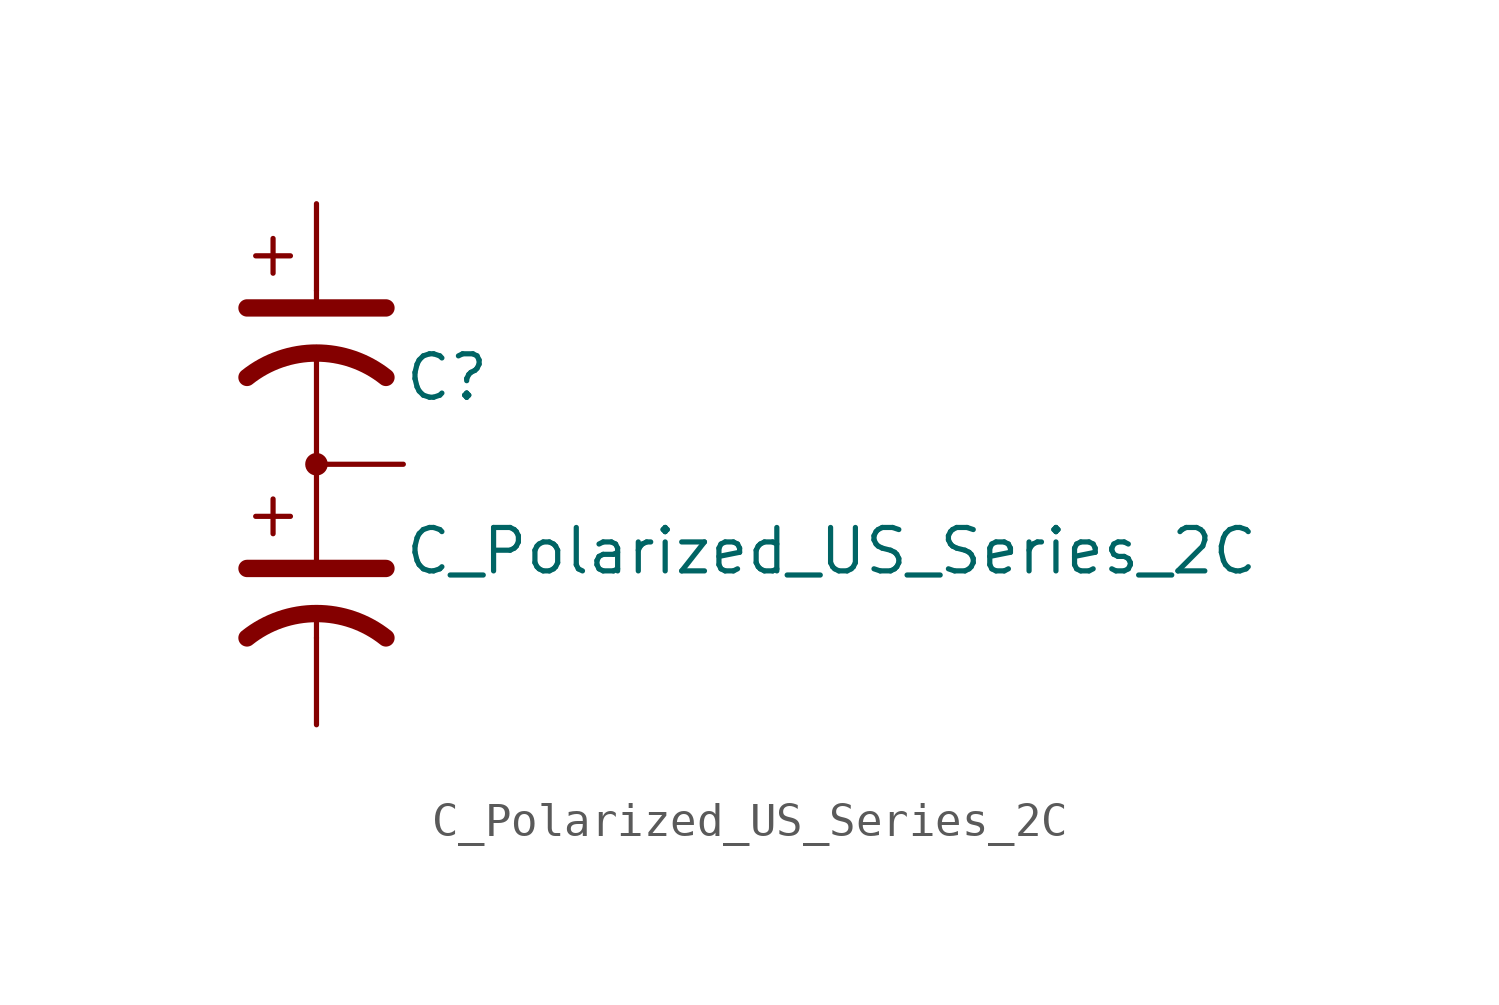
<source format=kicad_sym>
(kicad_symbol_lib
  (version 20211014)
  (generator kicad_symbol_editor)
  (symbol "C_Polarized_US_Series_2C"
    (pin_numbers hide)
    (pin_names hide)
    (property "Reference" "C"
      (at 2.54 2.54 0)
      (effects (font (size 1.27 1.27)) (justify left)))
    (property "Value" "C_Polarized_US_Series_2C"
      (at 2.54 -2.54 0)
      (effects (font (size 1.27 1.27)) (justify left)))
    (symbol "C_Polarized_US_Series_2C_0_1"
      (polyline (pts (xy -2.032 -3.048) (xy 2.032 -3.048)) (stroke (width 0.508) (type default) (color 0 0 0 0)) (fill (type none)))
      (polyline (pts (xy -2.032 4.572) (xy 2.032 4.572)) (stroke (width 0.508) (type default) (color 0 0 0 0)) (fill (type none)))
      (polyline (pts (xy -1.778 -1.524) (xy -0.762 -1.524)) (stroke (width 0) (type default) (color 0 0 0 0)) (fill (type none)))
      (polyline (pts (xy -1.778 6.096) (xy -0.762 6.096)) (stroke (width 0) (type default) (color 0 0 0 0)) (fill (type none)))
      (polyline (pts (xy -1.27 -2.032) (xy -1.27 -1.016)) (stroke (width 0) (type default) (color 0 0 0 0)) (fill (type none)))
      (polyline (pts (xy -1.27 5.588) (xy -1.27 6.604)) (stroke (width 0) (type default) (color 0 0 0 0)) (fill (type none)))
      (polyline (pts (xy 0 -5.08) (xy 0 -4.572)) (stroke (width 0.152) (type default) (color 0 0 0 0)) (fill (type none)))
      (polyline (pts (xy 0 -2.794) (xy 0 3.048)) (stroke (width 0.152) (type default) (color 0 0 0 0)) (fill (type none)))
      (polyline (pts (xy 0 5.08) (xy 0 4.826)) (stroke (width 0.152) (type default) (color 0 0 0 0)) (fill (type none)))
      (arc (start 2.032 -5.08) (mid 0 -4.3672) (end -2.032 -5.08) (stroke (width 0.508) (type default) (color 0 0 0 0)) (fill (type none)))
      (circle (center 0 0) (radius 0.254) (stroke (width 0) (type default) (color 0 0 0 0)) (fill (type outline)))
      (arc (start 2.032 2.54) (mid 0 3.2528) (end -2.032 2.54) (stroke (width 0.508) (type default) (color 0 0 0 0)) (fill (type none))))
    (symbol "C_Polarized_US_Series_2C_1_1"
      (pin passive line (at 0 7.62 270) (length 2.54) (name "~" (effects (font (size 1.27 1.27)))) (number "1" (effects (font (size 1.27 1.27)))))
      (pin passive line (at 2.54 0 180) (length 2.54) (name "~" (effects (font (size 1.27 1.27)))) (number "2" (effects (font (size 1.27 1.27)))))
      (pin passive line (at 0 -7.62 90) (length 2.54) (name "~" (effects (font (size 1.27 1.27)))) (number "3" (effects (font (size 1.27 1.27))))))))
</source>
